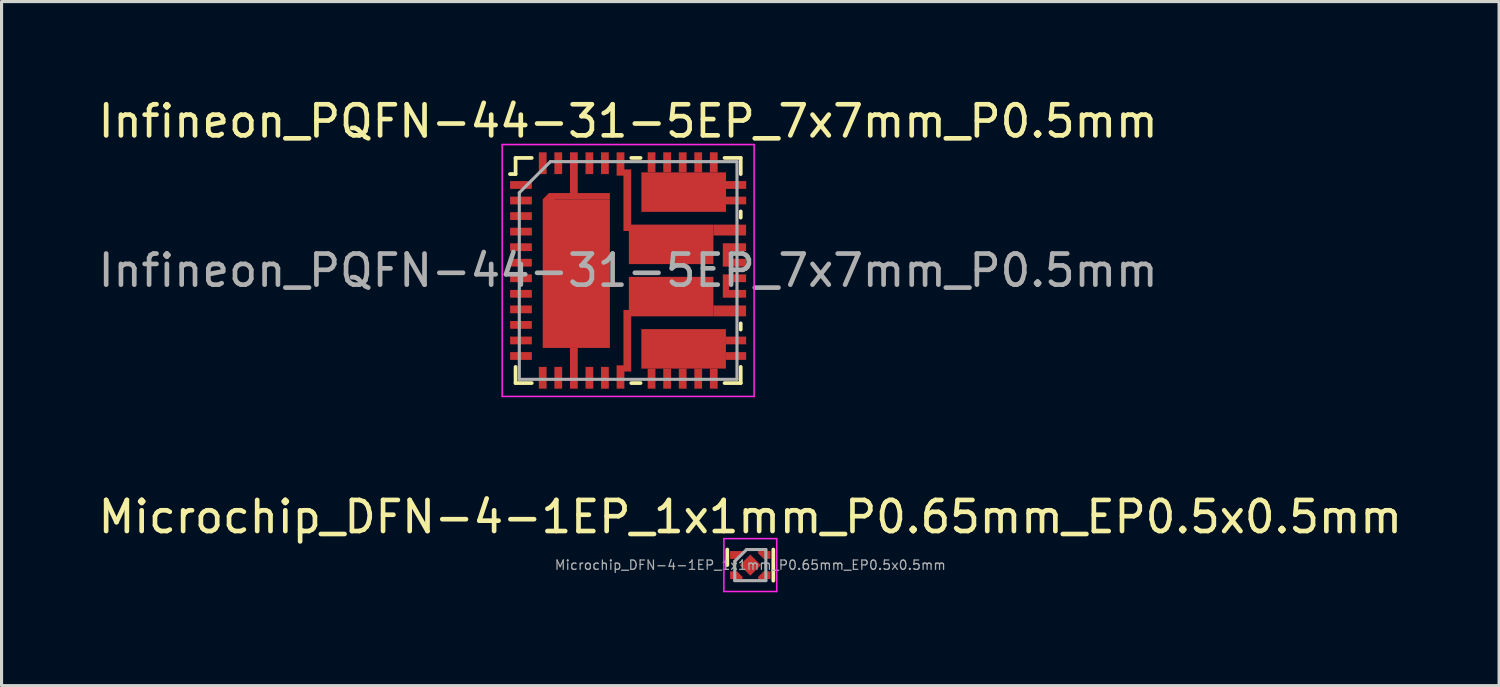
<source format=kicad_pcb>
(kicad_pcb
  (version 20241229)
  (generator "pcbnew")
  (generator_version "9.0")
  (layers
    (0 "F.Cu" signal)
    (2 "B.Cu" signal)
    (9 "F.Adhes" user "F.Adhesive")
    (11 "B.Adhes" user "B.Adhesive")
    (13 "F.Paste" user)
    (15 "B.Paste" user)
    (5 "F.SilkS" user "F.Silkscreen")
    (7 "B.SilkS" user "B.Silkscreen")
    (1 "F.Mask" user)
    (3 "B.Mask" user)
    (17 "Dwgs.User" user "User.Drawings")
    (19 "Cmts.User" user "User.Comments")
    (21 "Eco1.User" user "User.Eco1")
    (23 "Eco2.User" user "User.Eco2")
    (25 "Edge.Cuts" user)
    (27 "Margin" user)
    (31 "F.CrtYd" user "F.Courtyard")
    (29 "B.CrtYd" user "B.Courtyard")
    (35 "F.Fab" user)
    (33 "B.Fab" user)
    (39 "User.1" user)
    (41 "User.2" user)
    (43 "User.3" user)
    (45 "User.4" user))
  (footprint "Infineon_PQFN-44-31-5EP_7x7mm_P0.5mm"
    (layer "F.Cu")
    (at 17.149 5.648)
    (property "Reference" "Infineon_PQFN-44-31-5EP_7x7mm_P0.5mm" (at 0 -4.8 0) (layer "F.SilkS") (effects (font (size 1 1) (thickness 0.15))))
    (attr smd)
    (fp_line (start -3.62 -3.1) (end -3.8 -3.1) (stroke (width 0.12) (type solid)) (layer "F.SilkS"))
    (fp_line (start -3.62 -3.1) (end -3.62 -3.62) (stroke (width 0.12) (type solid)) (layer "F.SilkS"))
    (fp_line (start -3.62 3.62) (end -3.62 3.1) (stroke (width 0.12) (type solid)) (layer "F.SilkS"))
    (fp_line (start -3.1 -3.62) (end -3.62 -3.62) (stroke (width 0.12) (type solid)) (layer "F.SilkS"))
    (fp_line (start -3.1 3.62) (end -3.62 3.62) (stroke (width 0.12) (type solid)) (layer "F.SilkS"))
    (fp_line (start 0.1 -3.62) (end 0.4 -3.62) (stroke (width 0.12) (type solid)) (layer "F.SilkS"))
    (fp_line (start 0.1 3.62) (end 0.4 3.62) (stroke (width 0.12) (type solid)) (layer "F.SilkS"))
    (fp_line (start 3.62 -3.62) (end 3.1 -3.62) (stroke (width 0.12) (type solid)) (layer "F.SilkS"))
    (fp_line (start 3.62 -3.62) (end 3.62 -3.1) (stroke (width 0.12) (type solid)) (layer "F.SilkS"))
    (fp_line (start 3.62 -1.9) (end 3.62 -1.7) (stroke (width 0.12) (type solid)) (layer "F.SilkS"))
    (fp_line (start 3.62 1.9) (end 3.62 1.7) (stroke (width 0.12) (type solid)) (layer "F.SilkS"))
    (fp_line (start 3.62 3.1) (end 3.62 3.62) (stroke (width 0.12) (type solid)) (layer "F.SilkS"))
    (fp_line (start 3.62 3.62) (end 3.1 3.62) (stroke (width 0.12) (type solid)) (layer "F.SilkS"))
    (fp_line (start -4.05 -4.05) (end -4.05 4.05) (stroke (width 0.05) (type solid)) (layer "F.CrtYd"))
    (fp_line (start -4.05 4.05) (end 4.05 4.05) (stroke (width 0.05) (type solid)) (layer "F.CrtYd"))
    (fp_line (start 4.05 -4.05) (end -4.05 -4.05) (stroke (width 0.05) (type solid)) (layer "F.CrtYd"))
    (fp_line (start 4.05 4.05) (end 4.05 -4.05) (stroke (width 0.05) (type solid)) (layer "F.CrtYd"))
    (fp_line (start -3.5 3.5) (end -3.5 -2.5) (stroke (width 0.1) (type solid)) (layer "F.Fab"))
    (fp_line (start -2.5 -3.5) (end -3.5 -2.5) (stroke (width 0.1) (type solid)) (layer "F.Fab"))
    (fp_line (start -2.5 -3.5) (end 3.5 -3.5) (stroke (width 0.1) (type solid)) (layer "F.Fab"))
    (fp_line (start 3.5 -3.5) (end 3.5 3.5) (stroke (width 0.1) (type solid)) (layer "F.Fab"))
    (fp_line (start 3.5 3.5) (end -3.5 3.5) (stroke (width 0.1) (type solid)) (layer "F.Fab"))
    (fp_text user "${REFERENCE}" (at 0 0 0) (layer "F.Fab") (effects (font (size 1 1) (thickness 0.15))))
    (pad "" smd rect (at -3.321 -2.75) (size 0.39 0.22) (layers "F.Paste"))
    (pad "" smd rect (at -3.321 -2.25) (size 0.39 0.22) (layers "F.Paste"))
    (pad "" smd rect (at -3.321 -1.75) (size 0.39 0.22) (layers "F.Paste"))
    (pad "" smd rect (at -3.321 -1.25) (size 0.39 0.22) (layers "F.Paste"))
    (pad "" smd rect (at -3.321 -0.75) (size 0.39 0.22) (layers "F.Paste"))
    (pad "" smd rect (at -3.321 -0.25) (size 0.39 0.22) (layers "F.Paste"))
    (pad "" smd rect (at -3.321 0.25) (size 0.39 0.22) (layers "F.Paste"))
    (pad "" smd rect (at -3.321 0.75) (size 0.39 0.22) (layers "F.Paste"))
    (pad "" smd rect (at -3.321 1.25) (size 0.39 0.22) (layers "F.Paste"))
    (pad "" smd rect (at -3.321 1.75) (size 0.39 0.22) (layers "F.Paste"))
    (pad "" smd rect (at -3.321 2.25) (size 0.39 0.22) (layers "F.Paste"))
    (pad "" smd rect (at -3.321 2.75) (size 0.39 0.22) (layers "F.Paste"))
    (pad "" smd rect (at -2.747 -3.325) (size 0.22 0.39) (layers "F.Paste"))
    (pad "" smd rect (at -2.747 3.325) (size 0.22 0.39) (layers "F.Paste"))
    (pad "" smd rect (at -2.247 -3.325) (size 0.22 0.39) (layers "F.Paste"))
    (pad "" smd rect (at -2.247 3.325) (size 0.22 0.39) (layers "F.Paste"))
    (pad "" smd rect (at -2.207 -1.76) (size 0.77 0.93) (layers "F.Mask" "F.Paste"))
    (pad "" smd rect (at -2.207 -0.52) (size 0.77 0.93) (layers "F.Mask" "F.Paste"))
    (pad "" smd rect (at -2.207 0.72) (size 0.77 0.93) (layers "F.Mask" "F.Paste"))
    (pad "" smd rect (at -2.207 1.96) (size 0.77 0.93) (layers "F.Mask" "F.Paste"))
    (pad "" smd rect (at -1.746 -3.015) (size 0.23 1.01) (layers "F.Paste"))
    (pad "" smd rect (at -1.746 3.015) (size 0.23 1.01) (layers "F.Paste"))
    (pad "" smd rect (at -1.246 -3.325) (size 0.22 0.39) (layers "F.Paste"))
    (pad "" smd rect (at -1.246 3.325) (size 0.22 0.39) (layers "F.Paste"))
    (pad "" smd rect (at -1.127 -1.76) (size 0.77 0.93) (layers "F.Mask" "F.Paste"))
    (pad "" smd rect (at -1.127 -0.52) (size 0.77 0.93) (layers "F.Mask" "F.Paste"))
    (pad "" smd rect (at -1.127 0.72) (size 0.77 0.93) (layers "F.Mask" "F.Paste"))
    (pad "" smd rect (at -1.127 1.96) (size 0.77 0.93) (layers "F.Mask" "F.Paste"))
    (pad "" smd rect (at -0.747 -3.325) (size 0.22 0.39) (layers "F.Paste"))
    (pad "" smd rect (at -0.747 3.325) (size 0.22 0.39) (layers "F.Paste"))
    (pad "" smd rect (at -0.246 -3.28) (size 0.23 0.44) (layers "F.Paste"))
    (pad "" smd rect (at -0.246 3.28) (size 0.23 0.44) (layers "F.Paste"))
    (pad "" smd rect (at -0.026 -3.07) (size 0.21 0.34) (layers "F.Paste"))
    (pad "" smd rect (at -0.026 -2.37) (size 0.21 0.34) (layers "F.Paste"))
    (pad "" smd rect (at -0.026 -1.67) (size 0.21 0.34) (layers "F.Paste"))
    (pad "" smd rect (at -0.026 1.67) (size 0.21 0.34) (layers "F.Paste"))
    (pad "" smd rect (at -0.026 2.37) (size 0.21 0.34) (layers "F.Paste"))
    (pad "" smd rect (at -0.026 3.07) (size 0.21 0.34) (layers "F.Paste"))
    (pad "" smd rect (at 0.473 -0.84) (size 0.68 0.9) (layers "F.Mask" "F.Paste"))
    (pad "" smd rect (at 0.473 0.84) (size 0.68 0.9) (layers "F.Mask" "F.Paste"))
    (pad "" smd rect (at 0.753 -3.325) (size 0.22 0.35) (layers "F.Mask" "F.Paste"))
    (pad "" smd rect (at 0.753 3.325) (size 0.22 0.35) (layers "F.Mask" "F.Paste"))
    (pad "" smd rect (at 0.876 -2.515) (size 0.65 0.9) (layers "F.Mask" "F.Paste"))
    (pad "" smd rect (at 0.876 2.515) (size 0.65 0.9) (layers "F.Mask" "F.Paste"))
    (pad "" smd rect (at 1.254 -3.325) (size 0.22 0.35) (layers "F.Mask" "F.Paste"))
    (pad "" smd rect (at 1.254 3.325) (size 0.22 0.35) (layers "F.Mask" "F.Paste"))
    (pad "" smd rect (at 1.383 -0.84) (size 0.68 0.9) (layers "F.Mask" "F.Paste"))
    (pad "" smd rect (at 1.383 0.84) (size 0.68 0.9) (layers "F.Mask" "F.Paste"))
    (pad "" smd rect (at 1.754 -3.325) (size 0.22 0.35) (layers "F.Mask" "F.Paste"))
    (pad "" smd rect (at 1.754 3.325) (size 0.22 0.35) (layers "F.Mask" "F.Paste"))
    (pad "" smd rect (at 1.786 -2.515) (size 0.65 0.9) (layers "F.Mask" "F.Paste"))
    (pad "" smd rect (at 1.786 2.515) (size 0.65 0.9) (layers "F.Mask" "F.Paste"))
    (pad "" smd rect (at 2.253 -3.325) (size 0.22 0.35) (layers "F.Mask" "F.Paste"))
    (pad "" smd rect (at 2.253 3.325) (size 0.22 0.35) (layers "F.Mask" "F.Paste"))
    (pad "" smd rect (at 2.293 -0.84) (size 0.68 0.9) (layers "F.Mask" "F.Paste"))
    (pad "" smd rect (at 2.293 0.84) (size 0.68 0.9) (layers "F.Mask" "F.Paste"))
    (pad "" smd rect (at 2.696 -2.515) (size 0.65 0.9) (layers "F.Mask" "F.Paste"))
    (pad "" smd rect (at 2.696 2.515) (size 0.65 0.9) (layers "F.Mask" "F.Paste"))
    (pad "" smd rect (at 2.753 -3.325) (size 0.22 0.35) (layers "F.Mask" "F.Paste"))
    (pad "" smd rect (at 2.753 3.325) (size 0.22 0.35) (layers "F.Mask" "F.Paste"))
    (pad "" smd rect (at 3.163 -1.3) (size 0.68 0.22) (layers "F.Mask" "F.Paste"))
    (pad "" smd rect (at 3.163 1.3) (size 0.68 0.22) (layers "F.Mask" "F.Paste"))
    (pad "" smd rect (at 3.284 -0.75) (size 0.44 0.22) (layers "F.Mask" "F.Paste"))
    (pad "" smd rect (at 3.284 -0.25) (size 0.44 0.22) (layers "F.Mask" "F.Paste"))
    (pad "" smd rect (at 3.284 0.25) (size 0.44 0.22) (layers "F.Mask" "F.Paste"))
    (pad "" smd rect (at 3.284 0.75) (size 0.44 0.22) (layers "F.Mask" "F.Paste"))
    (pad "" smd rect (at 3.364 -2.75) (size 0.28 0.22) (layers "F.Mask" "F.Paste"))
    (pad "" smd rect (at 3.364 -2.25) (size 0.28 0.22) (layers "F.Mask" "F.Paste"))
    (pad "" smd rect (at 3.364 2.25) (size 0.28 0.22) (layers "F.Mask" "F.Paste"))
    (pad "" smd rect (at 3.364 2.75) (size 0.28 0.22) (layers "F.Mask" "F.Paste"))
    (pad "1" smd rect (at -3.446 -2.75) (size 0.7 0.25) (layers "F.Cu" "F.Mask"))
    (pad "2" smd rect (at -3.446 -2.25) (size 0.7 0.25) (layers "F.Cu" "F.Mask"))
    (pad "3" smd rect (at -3.446 -1.75) (size 0.7 0.25) (layers "F.Cu" "F.Mask"))
    (pad "4" smd rect (at -3.446 -1.25) (size 0.7 0.25) (layers "F.Cu" "F.Mask"))
    (pad "5" smd rect (at -3.446 -0.75) (size 0.7 0.25) (layers "F.Cu" "F.Mask"))
    (pad "6" smd rect (at -3.446 -0.25) (size 0.7 0.25) (layers "F.Cu" "F.Mask"))
    (pad "7" smd rect (at -3.446 0.25) (size 0.7 0.25) (layers "F.Cu" "F.Mask"))
    (pad "8" smd rect (at -3.446 0.75) (size 0.7 0.25) (layers "F.Cu" "F.Mask"))
    (pad "9" smd rect (at -3.446 1.25) (size 0.7 0.25) (layers "F.Cu" "F.Mask"))
    (pad "10" smd rect (at -3.446 1.75) (size 0.7 0.25) (layers "F.Cu" "F.Mask"))
    (pad "11" smd rect (at -3.446 2.25) (size 0.7 0.25) (layers "F.Cu" "F.Mask"))
    (pad "12" smd rect (at -3.446 2.75) (size 0.7 0.25) (layers "F.Cu" "F.Mask"))
    (pad "13" smd rect (at -2.747 3.45) (size 0.25 0.7) (layers "F.Cu" "F.Mask"))
    (pad "14" smd rect (at -2.247 3.45) (size 0.25 0.7) (layers "F.Cu" "F.Mask"))
    (pad "16" smd rect (at -1.246 3.45) (size 0.25 0.7) (layers "F.Cu" "F.Mask"))
    (pad "17" smd rect (at -0.747 3.45) (size 0.25 0.7) (layers "F.Cu" "F.Mask"))
    (pad "19" smd rect (at 0.753 3.478) (size 0.25 0.645) (layers "F.Cu" "F.Mask"))
    (pad "19" smd rect (at 1.254 3.478) (size 0.25 0.645) (layers "F.Cu" "F.Mask"))
    (pad "19" smd rect (at 1.754 3.478) (size 0.25 0.645) (layers "F.Cu" "F.Mask"))
    (pad "19" smd rect (at 1.784 2.52) (size 2.72 1.27) (layers "F.Cu" "F.Mask"))
    (pad "19" smd rect (at 2.253 3.478) (size 0.25 0.645) (layers "F.Cu" "F.Mask"))
    (pad "19" smd rect (at 2.753 3.478) (size 0.25 0.645) (layers "F.Cu" "F.Mask"))
    (pad "19" smd rect (at 3.469 2.25) (size 0.65 0.25) (layers "F.Cu" "F.Mask"))
    (pad "19" smd rect (at 3.469 2.75) (size 0.65 0.25) (layers "F.Cu" "F.Mask"))
    (pad "20" smd rect (at -0.246 3.425) (size 0.25 0.75) (layers "F.Cu" "F.Mask"))
    (pad "20" smd rect (at -0.026 2.26) (size 0.25 1.98) (layers "F.Cu" "F.Mask"))
    (pad "20" smd rect (at 1.383 0.84) (size 2.72 1.27) (layers "F.Cu" "F.Mask"))
    (pad "20" smd rect (at 3.268 1.3) (size 1.05 0.35) (layers "F.Cu" "F.Mask"))
    (pad "21" smd rect (at 3.143 0.5) (size 0.2 0.75) (layers "F.Cu" "F.Mask"))
    (pad "21" smd rect (at 3.518 0.25) (size 0.55 0.25) (layers "F.Cu" "F.Mask"))
    (pad "21" smd rect (at 3.518 0.75) (size 0.55 0.25) (layers "F.Cu" "F.Mask"))
    (pad "22" smd rect (at 3.143 -0.5) (size 0.2 0.75) (layers "F.Cu" "F.Mask"))
    (pad "22" smd rect (at 3.518 -0.75) (size 0.55 0.25) (layers "F.Cu" "F.Mask"))
    (pad "22" smd rect (at 3.518 -0.25) (size 0.55 0.25) (layers "F.Cu" "F.Mask"))
    (pad "23" smd rect (at -0.246 -3.425) (size 0.25 0.75) (layers "F.Cu" "F.Mask"))
    (pad "23" smd rect (at -0.026 -2.26) (size 0.25 1.98) (layers "F.Cu" "F.Mask"))
    (pad "23" smd rect (at 1.383 -0.84) (size 2.72 1.27) (layers "F.Cu" "F.Mask"))
    (pad "23" smd rect (at 3.268 -1.3) (size 1.05 0.35) (layers "F.Cu" "F.Mask"))
    (pad "24" smd rect (at 0.753 -3.478) (size 0.25 0.645) (layers "F.Cu" "F.Mask"))
    (pad "24" smd rect (at 1.254 -3.478) (size 0.25 0.645) (layers "F.Cu" "F.Mask"))
    (pad "24" smd rect (at 1.754 -3.478) (size 0.25 0.645) (layers "F.Cu" "F.Mask"))
    (pad "24" smd rect (at 1.786 -2.52) (size 2.72 1.27) (layers "F.Cu" "F.Mask"))
    (pad "24" smd rect (at 2.253 -3.478) (size 0.25 0.645) (layers "F.Cu" "F.Mask"))
    (pad "24" smd rect (at 2.753 -3.478) (size 0.25 0.645) (layers "F.Cu" "F.Mask"))
    (pad "24" smd rect (at 3.471 -2.75) (size 0.65 0.25) (layers "F.Cu" "F.Mask"))
    (pad "24" smd rect (at 3.471 -2.25) (size 0.65 0.25) (layers "F.Cu" "F.Mask"))
    (pad "26" smd rect (at -0.747 -3.45) (size 0.25 0.7) (layers "F.Cu" "F.Mask"))
    (pad "27" smd rect (at -1.246 -3.45) (size 0.25 0.7) (layers "F.Cu" "F.Mask"))
    (pad "29" smd rect (at -2.247 -3.45) (size 0.25 0.7) (layers "F.Cu" "F.Mask"))
    (pad "30" smd rect (at -2.747 -3.45) (size 0.25 0.7) (layers "F.Cu" "F.Mask"))
    (pad "31" smd rect (at -2.546 -2.29 45) (size 0.283 0.283) (layers "F.Cu" "F.Mask"))
    (pad "31" smd rect (at -1.746 -3.145) (size 0.25 1.31) (layers "F.Cu" "F.Mask"))
    (pad "31" smd rect (at -1.746 3.145) (size 0.25 1.31) (layers "F.Cu" "F.Mask"))
    (pad "31" smd rect (at -1.667 0.1) (size 2.16 4.78) (layers "F.Cu" "F.Mask"))
    (pad "31" smd rect (at -1.567 -2.39) (size 1.96 0.2) (layers "F.Cu" "F.Mask")))
  (footprint "Microchip_DFN-4-1EP_1x1mm_P0.65mm_EP0.5x0.5mm"
    (layer "F.Cu")
    (at 21.077 15.121)
    (property "Reference" "Microchip_DFN-4-1EP_1x1mm_P0.65mm_EP0.5x0.5mm" (at 0 -1.55 0) (layer "F.SilkS") (effects (font (size 1 1) (thickness 0.15))))
    (attr smd)
    (fp_line (start -0.74 -0.5) (end -0.74 0) (stroke (width 0.12) (type solid)) (layer "F.SilkS"))
    (fp_line (start 0.74 -0.5) (end 0.74 0.5) (stroke (width 0.12) (type solid)) (layer "F.SilkS"))
    (fp_line (start -0.85 -0.85) (end -0.85 0.85) (stroke (width 0.05) (type solid)) (layer "F.CrtYd"))
    (fp_line (start -0.85 0.85) (end 0.85 0.85) (stroke (width 0.05) (type solid)) (layer "F.CrtYd"))
    (fp_line (start 0.85 -0.85) (end -0.85 -0.85) (stroke (width 0.05) (type solid)) (layer "F.CrtYd"))
    (fp_line (start 0.85 0.85) (end 0.85 -0.85) (stroke (width 0.05) (type solid)) (layer "F.CrtYd"))
    (fp_line (start -0.5 0.5) (end -0.5 -0.12) (stroke (width 0.1) (type solid)) (layer "F.Fab"))
    (fp_line (start -0.12 -0.5) (end -0.5 -0.12) (stroke (width 0.1) (type solid)) (layer "F.Fab"))
    (fp_line (start -0.12 -0.5) (end 0.5 -0.5) (stroke (width 0.1) (type solid)) (layer "F.Fab"))
    (fp_line (start 0.5 -0.5) (end 0.5 0.5) (stroke (width 0.1) (type solid)) (layer "F.Fab"))
    (fp_line (start 0.5 0.5) (end -0.5 0.5) (stroke (width 0.1) (type solid)) (layer "F.Fab"))
    (fp_text user "${REFERENCE}" (at 0 0 0) (layer "F.Fab") (effects (font (size 0.3 0.3) (thickness 0.04))))
    (pad "1" smd custom (at -0.45 -0.325) (size 0.1 0.1) (layers "F.Cu" "F.Mask" "F.Paste") (options (anchor rect)) (primitives (gr_poly (pts (xy -0.2 -0.125) (xy -0.2 0.125) (xy 0.02 0.125) (xy 0.27 -0.125)) (width 0) (fill yes))))
    (pad "2" smd custom (at -0.45 0.325) (size 0.1 0.1) (layers "F.Cu" "F.Mask" "F.Paste") (options (anchor rect)) (primitives (gr_poly (pts (xy -0.2 0.125) (xy -0.2 -0.125) (xy 0.02 -0.125) (xy 0.2 0.055) (xy 0.2 0.125)) (width 0) (fill yes))))
    (pad "3" smd custom (at 0.45 0.325) (size 0.1 0.1) (layers "F.Cu" "F.Mask" "F.Paste") (options (anchor rect)) (primitives (gr_poly (pts (xy 0.2 0.125) (xy 0.2 -0.125) (xy -0.02 -0.125) (xy -0.2 0.055) (xy -0.2 0.125)) (width 0) (fill yes))))
    (pad "4" smd custom (at 0.45 -0.325) (size 0.1 0.1) (layers "F.Cu" "F.Mask" "F.Paste") (options (anchor rect)) (primitives (gr_poly (pts (xy 0.2 -0.125) (xy 0.2 0.125) (xy -0.02 0.125) (xy -0.2 -0.055) (xy -0.2 -0.125)) (width 0) (fill yes))))
    (pad "5" smd rect (at 0 0 45) (size 0.48 0.48) (layers "F.Cu" "F.Mask")))
  (gr_rect
    (start -3 -3)
    (end 45.155 18.997)
    (stroke (width 0.1) (type default))
    (fill no)
    (layer "Edge.Cuts")))
</source>
